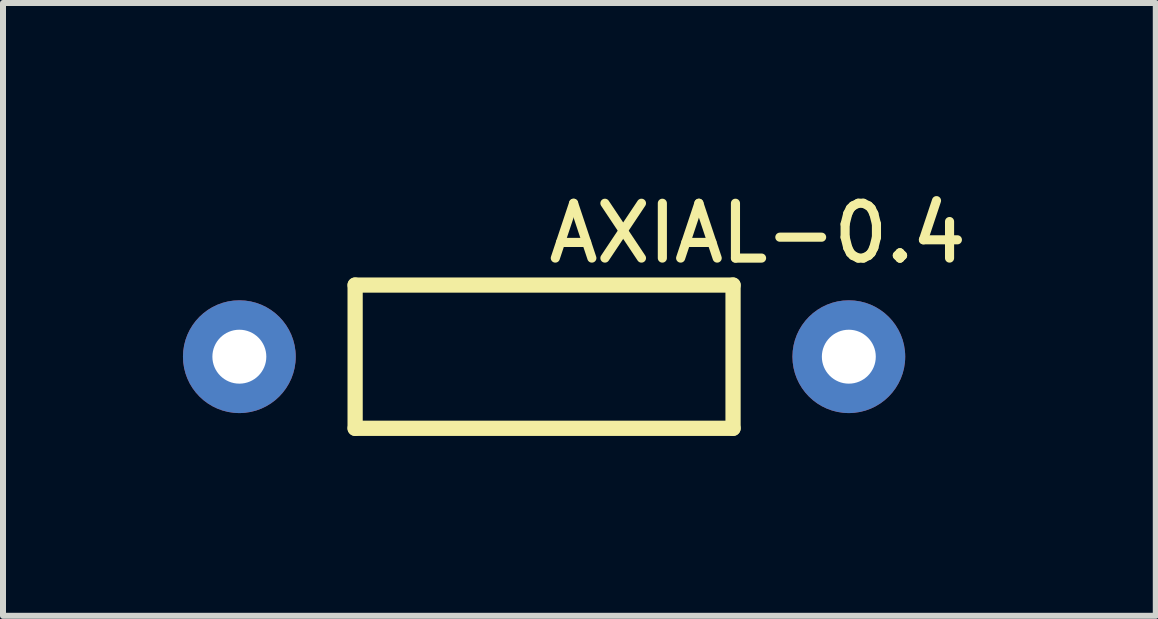
<source format=kicad_pcb>
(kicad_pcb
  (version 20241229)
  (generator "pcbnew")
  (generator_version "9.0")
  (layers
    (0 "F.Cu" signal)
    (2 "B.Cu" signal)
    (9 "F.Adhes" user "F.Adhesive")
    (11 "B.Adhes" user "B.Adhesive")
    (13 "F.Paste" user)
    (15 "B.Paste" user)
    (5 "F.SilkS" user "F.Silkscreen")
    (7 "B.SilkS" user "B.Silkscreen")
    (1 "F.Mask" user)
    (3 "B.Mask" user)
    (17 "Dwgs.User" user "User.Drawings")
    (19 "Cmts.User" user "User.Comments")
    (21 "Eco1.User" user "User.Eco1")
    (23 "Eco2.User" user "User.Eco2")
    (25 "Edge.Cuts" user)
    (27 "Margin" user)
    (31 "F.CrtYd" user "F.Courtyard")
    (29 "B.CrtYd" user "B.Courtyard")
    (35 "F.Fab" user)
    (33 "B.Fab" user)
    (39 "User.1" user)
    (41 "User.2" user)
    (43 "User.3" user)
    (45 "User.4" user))
  (footprint "AXIAL-0.4"
    (layer "F.Cu")
    (at 6.02 2.896)
    (property "Reference" "AXIAL-0.4" (at 0 -1.524 0) (unlocked yes) (layer "F.SilkS") (effects (font (size 0.914 0.914) (thickness 0.152)) (justify left bottom)))
    (fp_line (start -3.15 -1.194) (end 3.15 -1.194) (stroke (width 0.254) (type default)) (layer "F.SilkS"))
    (fp_line (start -3.15 1.194) (end -3.15 -1.194) (stroke (width 0.254) (type default)) (layer "F.SilkS"))
    (fp_line (start 3.15 -1.194) (end 3.15 1.194) (stroke (width 0.254) (type default)) (layer "F.SilkS"))
    (fp_line (start 3.15 1.194) (end -3.15 1.194) (stroke (width 0.254) (type default)) (layer "F.SilkS"))
    (pad "1" thru_hole oval (at -5.08 0) (size 1.88 1.88) (drill 0.899) (layers "*.Cu" "*.Mask"))
    (pad "2" thru_hole oval (at 5.08 0) (size 1.88 1.88) (drill 0.899) (layers "*.Cu" "*.Mask")))
  (gr_rect
    (start -3 -3)
    (end 16.217 7.216)
    (stroke (width 0.1) (type default))
    (fill no)
    (layer "Edge.Cuts")))
</source>
